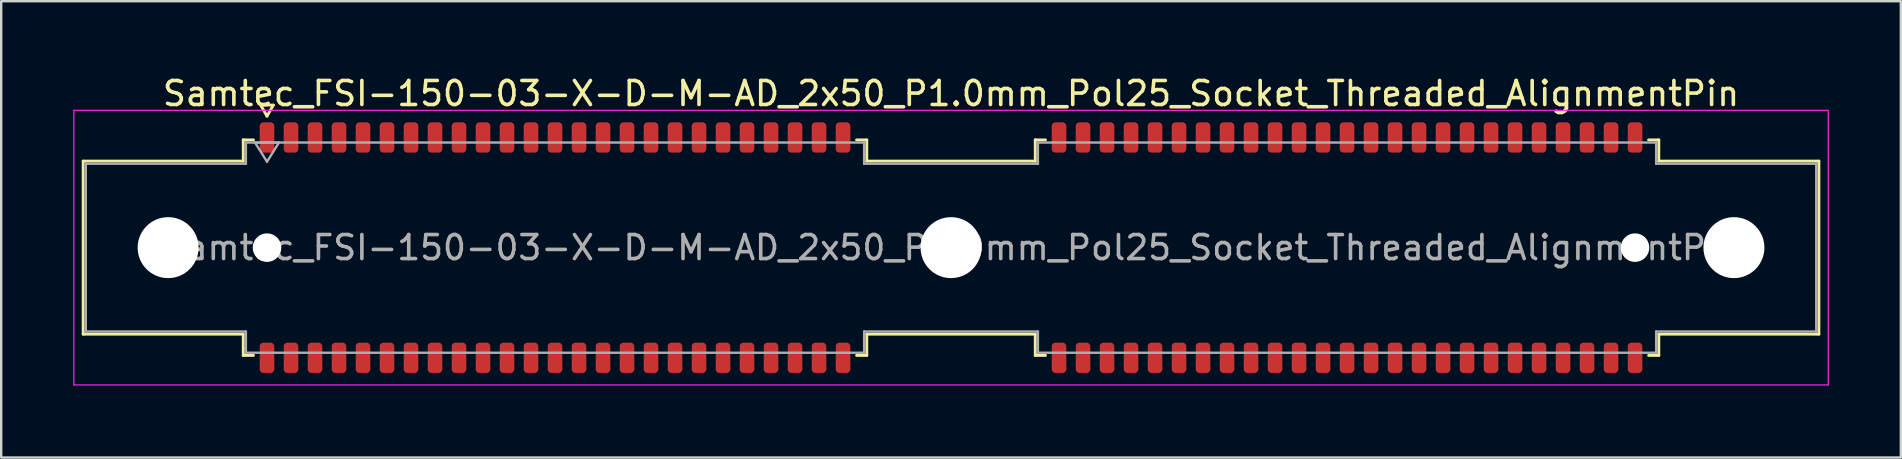
<source format=kicad_pcb>
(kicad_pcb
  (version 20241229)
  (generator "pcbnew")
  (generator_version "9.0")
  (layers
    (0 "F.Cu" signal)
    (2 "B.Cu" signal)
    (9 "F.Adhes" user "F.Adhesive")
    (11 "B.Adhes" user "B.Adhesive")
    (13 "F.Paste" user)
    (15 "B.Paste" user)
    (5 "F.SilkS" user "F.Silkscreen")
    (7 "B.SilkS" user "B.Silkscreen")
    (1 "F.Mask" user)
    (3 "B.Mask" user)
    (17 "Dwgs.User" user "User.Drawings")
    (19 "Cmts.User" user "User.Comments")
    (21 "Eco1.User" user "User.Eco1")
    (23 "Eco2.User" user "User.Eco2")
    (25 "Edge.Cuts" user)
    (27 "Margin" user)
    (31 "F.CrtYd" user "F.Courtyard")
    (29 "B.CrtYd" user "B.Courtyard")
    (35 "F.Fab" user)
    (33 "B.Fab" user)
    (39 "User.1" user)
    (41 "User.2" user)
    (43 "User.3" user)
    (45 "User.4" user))
  (footprint "Samtec_FSI-150-03-X-D-M-AD_2x50_P1.0mm_Pol25_Socket_Threaded_AlignmentPin"
    (layer "F.Cu")
    (at 36.575 7.268)
    (property "Reference" "Samtec_FSI-150-03-X-D-M-AD_2x50_P1.0mm_Pol25_Socket_Threaded_AlignmentPin" (at 0 -6.42 0) (layer "F.SilkS") (effects (font (size 1 1) (thickness 0.15))))
    (attr smd)
    (fp_line (start -36.16 -3.605) (end -29.49 -3.605) (stroke (width 0.12) (type solid)) (layer "F.SilkS"))
    (fp_line (start -36.16 3.605) (end -36.16 -3.605) (stroke (width 0.12) (type solid)) (layer "F.SilkS"))
    (fp_line (start -29.49 -4.49) (end -29.065 -4.49) (stroke (width 0.12) (type solid)) (layer "F.SilkS"))
    (fp_line (start -29.49 -3.605) (end -29.49 -4.49) (stroke (width 0.12) (type solid)) (layer "F.SilkS"))
    (fp_line (start -29.49 3.605) (end -36.16 3.605) (stroke (width 0.12) (type solid)) (layer "F.SilkS"))
    (fp_line (start -29.49 4.49) (end -29.49 3.605) (stroke (width 0.12) (type solid)) (layer "F.SilkS"))
    (fp_line (start -29.065 4.49) (end -29.49 4.49) (stroke (width 0.12) (type solid)) (layer "F.SilkS"))
    (fp_line (start -28.764 -5.938) (end -28.5 -5.48) (stroke (width 0.12) (type solid)) (layer "F.SilkS"))
    (fp_line (start -28.5 -5.48) (end -28.236 -5.938) (stroke (width 0.12) (type solid)) (layer "F.SilkS"))
    (fp_line (start -28.236 -5.938) (end -28.764 -5.938) (stroke (width 0.12) (type solid)) (layer "F.SilkS"))
    (fp_line (start -3.935 -4.49) (end -3.51 -4.49) (stroke (width 0.12) (type solid)) (layer "F.SilkS"))
    (fp_line (start -3.51 -4.49) (end -3.51 -3.605) (stroke (width 0.12) (type solid)) (layer "F.SilkS"))
    (fp_line (start -3.51 -3.605) (end 3.51 -3.605) (stroke (width 0.12) (type solid)) (layer "F.SilkS"))
    (fp_line (start -3.51 3.605) (end -3.51 4.49) (stroke (width 0.12) (type solid)) (layer "F.SilkS"))
    (fp_line (start -3.51 4.49) (end -3.935 4.49) (stroke (width 0.12) (type solid)) (layer "F.SilkS"))
    (fp_line (start 3.51 -4.49) (end 3.935 -4.49) (stroke (width 0.12) (type solid)) (layer "F.SilkS"))
    (fp_line (start 3.51 -3.605) (end 3.51 -4.49) (stroke (width 0.12) (type solid)) (layer "F.SilkS"))
    (fp_line (start 3.51 3.605) (end -3.51 3.605) (stroke (width 0.12) (type solid)) (layer "F.SilkS"))
    (fp_line (start 3.51 4.49) (end 3.51 3.605) (stroke (width 0.12) (type solid)) (layer "F.SilkS"))
    (fp_line (start 3.935 4.49) (end 3.51 4.49) (stroke (width 0.12) (type solid)) (layer "F.SilkS"))
    (fp_line (start 29.065 -4.49) (end 29.49 -4.49) (stroke (width 0.12) (type solid)) (layer "F.SilkS"))
    (fp_line (start 29.49 -4.49) (end 29.49 -3.605) (stroke (width 0.12) (type solid)) (layer "F.SilkS"))
    (fp_line (start 29.49 -3.605) (end 36.16 -3.605) (stroke (width 0.12) (type solid)) (layer "F.SilkS"))
    (fp_line (start 29.49 3.605) (end 29.49 4.49) (stroke (width 0.12) (type solid)) (layer "F.SilkS"))
    (fp_line (start 29.49 4.49) (end 29.065 4.49) (stroke (width 0.12) (type solid)) (layer "F.SilkS"))
    (fp_line (start 36.16 -3.605) (end 36.16 3.605) (stroke (width 0.12) (type solid)) (layer "F.SilkS"))
    (fp_line (start 36.16 3.605) (end 29.49 3.605) (stroke (width 0.12) (type solid)) (layer "F.SilkS"))
    (fp_line (start -36.55 -5.72) (end -36.55 5.72) (stroke (width 0.05) (type solid)) (layer "F.CrtYd"))
    (fp_line (start -36.55 5.72) (end 36.55 5.72) (stroke (width 0.05) (type solid)) (layer "F.CrtYd"))
    (fp_line (start 36.55 -5.72) (end -36.55 -5.72) (stroke (width 0.05) (type solid)) (layer "F.CrtYd"))
    (fp_line (start 36.55 5.72) (end 36.55 -5.72) (stroke (width 0.05) (type solid)) (layer "F.CrtYd"))
    (fp_line (start -36.05 -3.495) (end -29.38 -3.495) (stroke (width 0.1) (type solid)) (layer "F.Fab"))
    (fp_line (start -36.05 3.495) (end -36.05 -3.495) (stroke (width 0.1) (type solid)) (layer "F.Fab"))
    (fp_line (start -29.38 -4.38) (end -3.62 -4.38) (stroke (width 0.1) (type solid)) (layer "F.Fab"))
    (fp_line (start -29.38 -3.495) (end -29.38 -4.38) (stroke (width 0.1) (type solid)) (layer "F.Fab"))
    (fp_line (start -29.38 3.495) (end -36.05 3.495) (stroke (width 0.1) (type solid)) (layer "F.Fab"))
    (fp_line (start -29.38 4.38) (end -29.38 3.495) (stroke (width 0.1) (type solid)) (layer "F.Fab"))
    (fp_line (start -29 -4.38) (end -28.5 -3.58) (stroke (width 0.1) (type solid)) (layer "F.Fab"))
    (fp_line (start -28.5 -3.58) (end -28 -4.38) (stroke (width 0.1) (type solid)) (layer "F.Fab"))
    (fp_line (start -28 -4.38) (end -29 -4.38) (stroke (width 0.1) (type solid)) (layer "F.Fab"))
    (fp_line (start -3.62 -4.38) (end -3.62 -3.495) (stroke (width 0.1) (type solid)) (layer "F.Fab"))
    (fp_line (start -3.62 -3.495) (end 3.62 -3.495) (stroke (width 0.1) (type solid)) (layer "F.Fab"))
    (fp_line (start -3.62 3.495) (end -3.62 4.38) (stroke (width 0.1) (type solid)) (layer "F.Fab"))
    (fp_line (start -3.62 4.38) (end -29.38 4.38) (stroke (width 0.1) (type solid)) (layer "F.Fab"))
    (fp_line (start 3.62 -4.38) (end 29.38 -4.38) (stroke (width 0.1) (type solid)) (layer "F.Fab"))
    (fp_line (start 3.62 -3.495) (end 3.62 -4.38) (stroke (width 0.1) (type solid)) (layer "F.Fab"))
    (fp_line (start 3.62 3.495) (end -3.62 3.495) (stroke (width 0.1) (type solid)) (layer "F.Fab"))
    (fp_line (start 3.62 4.38) (end 3.62 3.495) (stroke (width 0.1) (type solid)) (layer "F.Fab"))
    (fp_line (start 29.38 -4.38) (end 29.38 -3.495) (stroke (width 0.1) (type solid)) (layer "F.Fab"))
    (fp_line (start 29.38 -3.495) (end 36.05 -3.495) (stroke (width 0.1) (type solid)) (layer "F.Fab"))
    (fp_line (start 29.38 3.495) (end 29.38 4.38) (stroke (width 0.1) (type solid)) (layer "F.Fab"))
    (fp_line (start 29.38 4.38) (end 3.62 4.38) (stroke (width 0.1) (type solid)) (layer "F.Fab"))
    (fp_line (start 36.05 -3.495) (end 36.05 3.495) (stroke (width 0.1) (type solid)) (layer "F.Fab"))
    (fp_line (start 36.05 3.495) (end 29.38 3.495) (stroke (width 0.1) (type solid)) (layer "F.Fab"))
    (fp_text user "${REFERENCE}" (at 0 0 0) (layer "F.Fab") (effects (font (size 1 1) (thickness 0.15))))
    (pad "" np_thru_hole circle (at -32.62 0) (size 2.54 2.54) (drill 2.54) (layers "*.Cu" "*.Mask"))
    (pad "" np_thru_hole circle (at -28.5 0) (size 1.19 1.19) (drill 1.19) (layers "*.Cu" "*.Mask"))
    (pad "" np_thru_hole circle (at 0 0) (size 2.54 2.54) (drill 2.54) (layers "*.Cu" "*.Mask"))
    (pad "" np_thru_hole circle (at 28.5 0) (size 1.19 1.19) (drill 1.19) (layers "*.Cu" "*.Mask"))
    (pad "" np_thru_hole circle (at 32.62 0) (size 2.54 2.54) (drill 2.54) (layers "*.Cu" "*.Mask"))
    (pad "1" smd roundrect (at -28.5 -4.59) (size 0.61 1.26) (layers "F.Cu" "F.Mask" "F.Paste") (roundrect_rratio 0.25))
    (pad "2" smd roundrect (at -28.5 4.59) (size 0.61 1.26) (layers "F.Cu" "F.Mask" "F.Paste") (roundrect_rratio 0.25))
    (pad "3" smd roundrect (at -27.5 -4.59) (size 0.61 1.26) (layers "F.Cu" "F.Mask" "F.Paste") (roundrect_rratio 0.25))
    (pad "4" smd roundrect (at -27.5 4.59) (size 0.61 1.26) (layers "F.Cu" "F.Mask" "F.Paste") (roundrect_rratio 0.25))
    (pad "5" smd roundrect (at -26.5 -4.59) (size 0.61 1.26) (layers "F.Cu" "F.Mask" "F.Paste") (roundrect_rratio 0.25))
    (pad "6" smd roundrect (at -26.5 4.59) (size 0.61 1.26) (layers "F.Cu" "F.Mask" "F.Paste") (roundrect_rratio 0.25))
    (pad "7" smd roundrect (at -25.5 -4.59) (size 0.61 1.26) (layers "F.Cu" "F.Mask" "F.Paste") (roundrect_rratio 0.25))
    (pad "8" smd roundrect (at -25.5 4.59) (size 0.61 1.26) (layers "F.Cu" "F.Mask" "F.Paste") (roundrect_rratio 0.25))
    (pad "9" smd roundrect (at -24.5 -4.59) (size 0.61 1.26) (layers "F.Cu" "F.Mask" "F.Paste") (roundrect_rratio 0.25))
    (pad "10" smd roundrect (at -24.5 4.59) (size 0.61 1.26) (layers "F.Cu" "F.Mask" "F.Paste") (roundrect_rratio 0.25))
    (pad "11" smd roundrect (at -23.5 -4.59) (size 0.61 1.26) (layers "F.Cu" "F.Mask" "F.Paste") (roundrect_rratio 0.25))
    (pad "12" smd roundrect (at -23.5 4.59) (size 0.61 1.26) (layers "F.Cu" "F.Mask" "F.Paste") (roundrect_rratio 0.25))
    (pad "13" smd roundrect (at -22.5 -4.59) (size 0.61 1.26) (layers "F.Cu" "F.Mask" "F.Paste") (roundrect_rratio 0.25))
    (pad "14" smd roundrect (at -22.5 4.59) (size 0.61 1.26) (layers "F.Cu" "F.Mask" "F.Paste") (roundrect_rratio 0.25))
    (pad "15" smd roundrect (at -21.5 -4.59) (size 0.61 1.26) (layers "F.Cu" "F.Mask" "F.Paste") (roundrect_rratio 0.25))
    (pad "16" smd roundrect (at -21.5 4.59) (size 0.61 1.26) (layers "F.Cu" "F.Mask" "F.Paste") (roundrect_rratio 0.25))
    (pad "17" smd roundrect (at -20.5 -4.59) (size 0.61 1.26) (layers "F.Cu" "F.Mask" "F.Paste") (roundrect_rratio 0.25))
    (pad "18" smd roundrect (at -20.5 4.59) (size 0.61 1.26) (layers "F.Cu" "F.Mask" "F.Paste") (roundrect_rratio 0.25))
    (pad "19" smd roundrect (at -19.5 -4.59) (size 0.61 1.26) (layers "F.Cu" "F.Mask" "F.Paste") (roundrect_rratio 0.25))
    (pad "20" smd roundrect (at -19.5 4.59) (size 0.61 1.26) (layers "F.Cu" "F.Mask" "F.Paste") (roundrect_rratio 0.25))
    (pad "21" smd roundrect (at -18.5 -4.59) (size 0.61 1.26) (layers "F.Cu" "F.Mask" "F.Paste") (roundrect_rratio 0.25))
    (pad "22" smd roundrect (at -18.5 4.59) (size 0.61 1.26) (layers "F.Cu" "F.Mask" "F.Paste") (roundrect_rratio 0.25))
    (pad "23" smd roundrect (at -17.5 -4.59) (size 0.61 1.26) (layers "F.Cu" "F.Mask" "F.Paste") (roundrect_rratio 0.25))
    (pad "24" smd roundrect (at -17.5 4.59) (size 0.61 1.26) (layers "F.Cu" "F.Mask" "F.Paste") (roundrect_rratio 0.25))
    (pad "25" smd roundrect (at -16.5 -4.59) (size 0.61 1.26) (layers "F.Cu" "F.Mask" "F.Paste") (roundrect_rratio 0.25))
    (pad "26" smd roundrect (at -16.5 4.59) (size 0.61 1.26) (layers "F.Cu" "F.Mask" "F.Paste") (roundrect_rratio 0.25))
    (pad "27" smd roundrect (at -15.5 -4.59) (size 0.61 1.26) (layers "F.Cu" "F.Mask" "F.Paste") (roundrect_rratio 0.25))
    (pad "28" smd roundrect (at -15.5 4.59) (size 0.61 1.26) (layers "F.Cu" "F.Mask" "F.Paste") (roundrect_rratio 0.25))
    (pad "29" smd roundrect (at -14.5 -4.59) (size 0.61 1.26) (layers "F.Cu" "F.Mask" "F.Paste") (roundrect_rratio 0.25))
    (pad "30" smd roundrect (at -14.5 4.59) (size 0.61 1.26) (layers "F.Cu" "F.Mask" "F.Paste") (roundrect_rratio 0.25))
    (pad "31" smd roundrect (at -13.5 -4.59) (size 0.61 1.26) (layers "F.Cu" "F.Mask" "F.Paste") (roundrect_rratio 0.25))
    (pad "32" smd roundrect (at -13.5 4.59) (size 0.61 1.26) (layers "F.Cu" "F.Mask" "F.Paste") (roundrect_rratio 0.25))
    (pad "33" smd roundrect (at -12.5 -4.59) (size 0.61 1.26) (layers "F.Cu" "F.Mask" "F.Paste") (roundrect_rratio 0.25))
    (pad "34" smd roundrect (at -12.5 4.59) (size 0.61 1.26) (layers "F.Cu" "F.Mask" "F.Paste") (roundrect_rratio 0.25))
    (pad "35" smd roundrect (at -11.5 -4.59) (size 0.61 1.26) (layers "F.Cu" "F.Mask" "F.Paste") (roundrect_rratio 0.25))
    (pad "36" smd roundrect (at -11.5 4.59) (size 0.61 1.26) (layers "F.Cu" "F.Mask" "F.Paste") (roundrect_rratio 0.25))
    (pad "37" smd roundrect (at -10.5 -4.59) (size 0.61 1.26) (layers "F.Cu" "F.Mask" "F.Paste") (roundrect_rratio 0.25))
    (pad "38" smd roundrect (at -10.5 4.59) (size 0.61 1.26) (layers "F.Cu" "F.Mask" "F.Paste") (roundrect_rratio 0.25))
    (pad "39" smd roundrect (at -9.5 -4.59) (size 0.61 1.26) (layers "F.Cu" "F.Mask" "F.Paste") (roundrect_rratio 0.25))
    (pad "40" smd roundrect (at -9.5 4.59) (size 0.61 1.26) (layers "F.Cu" "F.Mask" "F.Paste") (roundrect_rratio 0.25))
    (pad "41" smd roundrect (at -8.5 -4.59) (size 0.61 1.26) (layers "F.Cu" "F.Mask" "F.Paste") (roundrect_rratio 0.25))
    (pad "42" smd roundrect (at -8.5 4.59) (size 0.61 1.26) (layers "F.Cu" "F.Mask" "F.Paste") (roundrect_rratio 0.25))
    (pad "43" smd roundrect (at -7.5 -4.59) (size 0.61 1.26) (layers "F.Cu" "F.Mask" "F.Paste") (roundrect_rratio 0.25))
    (pad "44" smd roundrect (at -7.5 4.59) (size 0.61 1.26) (layers "F.Cu" "F.Mask" "F.Paste") (roundrect_rratio 0.25))
    (pad "45" smd roundrect (at -6.5 -4.59) (size 0.61 1.26) (layers "F.Cu" "F.Mask" "F.Paste") (roundrect_rratio 0.25))
    (pad "46" smd roundrect (at -6.5 4.59) (size 0.61 1.26) (layers "F.Cu" "F.Mask" "F.Paste") (roundrect_rratio 0.25))
    (pad "47" smd roundrect (at -5.5 -4.59) (size 0.61 1.26) (layers "F.Cu" "F.Mask" "F.Paste") (roundrect_rratio 0.25))
    (pad "48" smd roundrect (at -5.5 4.59) (size 0.61 1.26) (layers "F.Cu" "F.Mask" "F.Paste") (roundrect_rratio 0.25))
    (pad "49" smd roundrect (at -4.5 -4.59) (size 0.61 1.26) (layers "F.Cu" "F.Mask" "F.Paste") (roundrect_rratio 0.25))
    (pad "50" smd roundrect (at -4.5 4.59) (size 0.61 1.26) (layers "F.Cu" "F.Mask" "F.Paste") (roundrect_rratio 0.25))
    (pad "51" smd roundrect (at 4.5 -4.59) (size 0.61 1.26) (layers "F.Cu" "F.Mask" "F.Paste") (roundrect_rratio 0.25))
    (pad "52" smd roundrect (at 4.5 4.59) (size 0.61 1.26) (layers "F.Cu" "F.Mask" "F.Paste") (roundrect_rratio 0.25))
    (pad "53" smd roundrect (at 5.5 -4.59) (size 0.61 1.26) (layers "F.Cu" "F.Mask" "F.Paste") (roundrect_rratio 0.25))
    (pad "54" smd roundrect (at 5.5 4.59) (size 0.61 1.26) (layers "F.Cu" "F.Mask" "F.Paste") (roundrect_rratio 0.25))
    (pad "55" smd roundrect (at 6.5 -4.59) (size 0.61 1.26) (layers "F.Cu" "F.Mask" "F.Paste") (roundrect_rratio 0.25))
    (pad "56" smd roundrect (at 6.5 4.59) (size 0.61 1.26) (layers "F.Cu" "F.Mask" "F.Paste") (roundrect_rratio 0.25))
    (pad "57" smd roundrect (at 7.5 -4.59) (size 0.61 1.26) (layers "F.Cu" "F.Mask" "F.Paste") (roundrect_rratio 0.25))
    (pad "58" smd roundrect (at 7.5 4.59) (size 0.61 1.26) (layers "F.Cu" "F.Mask" "F.Paste") (roundrect_rratio 0.25))
    (pad "59" smd roundrect (at 8.5 -4.59) (size 0.61 1.26) (layers "F.Cu" "F.Mask" "F.Paste") (roundrect_rratio 0.25))
    (pad "60" smd roundrect (at 8.5 4.59) (size 0.61 1.26) (layers "F.Cu" "F.Mask" "F.Paste") (roundrect_rratio 0.25))
    (pad "61" smd roundrect (at 9.5 -4.59) (size 0.61 1.26) (layers "F.Cu" "F.Mask" "F.Paste") (roundrect_rratio 0.25))
    (pad "62" smd roundrect (at 9.5 4.59) (size 0.61 1.26) (layers "F.Cu" "F.Mask" "F.Paste") (roundrect_rratio 0.25))
    (pad "63" smd roundrect (at 10.5 -4.59) (size 0.61 1.26) (layers "F.Cu" "F.Mask" "F.Paste") (roundrect_rratio 0.25))
    (pad "64" smd roundrect (at 10.5 4.59) (size 0.61 1.26) (layers "F.Cu" "F.Mask" "F.Paste") (roundrect_rratio 0.25))
    (pad "65" smd roundrect (at 11.5 -4.59) (size 0.61 1.26) (layers "F.Cu" "F.Mask" "F.Paste") (roundrect_rratio 0.25))
    (pad "66" smd roundrect (at 11.5 4.59) (size 0.61 1.26) (layers "F.Cu" "F.Mask" "F.Paste") (roundrect_rratio 0.25))
    (pad "67" smd roundrect (at 12.5 -4.59) (size 0.61 1.26) (layers "F.Cu" "F.Mask" "F.Paste") (roundrect_rratio 0.25))
    (pad "68" smd roundrect (at 12.5 4.59) (size 0.61 1.26) (layers "F.Cu" "F.Mask" "F.Paste") (roundrect_rratio 0.25))
    (pad "69" smd roundrect (at 13.5 -4.59) (size 0.61 1.26) (layers "F.Cu" "F.Mask" "F.Paste") (roundrect_rratio 0.25))
    (pad "70" smd roundrect (at 13.5 4.59) (size 0.61 1.26) (layers "F.Cu" "F.Mask" "F.Paste") (roundrect_rratio 0.25))
    (pad "71" smd roundrect (at 14.5 -4.59) (size 0.61 1.26) (layers "F.Cu" "F.Mask" "F.Paste") (roundrect_rratio 0.25))
    (pad "72" smd roundrect (at 14.5 4.59) (size 0.61 1.26) (layers "F.Cu" "F.Mask" "F.Paste") (roundrect_rratio 0.25))
    (pad "73" smd roundrect (at 15.5 -4.59) (size 0.61 1.26) (layers "F.Cu" "F.Mask" "F.Paste") (roundrect_rratio 0.25))
    (pad "74" smd roundrect (at 15.5 4.59) (size 0.61 1.26) (layers "F.Cu" "F.Mask" "F.Paste") (roundrect_rratio 0.25))
    (pad "75" smd roundrect (at 16.5 -4.59) (size 0.61 1.26) (layers "F.Cu" "F.Mask" "F.Paste") (roundrect_rratio 0.25))
    (pad "76" smd roundrect (at 16.5 4.59) (size 0.61 1.26) (layers "F.Cu" "F.Mask" "F.Paste") (roundrect_rratio 0.25))
    (pad "77" smd roundrect (at 17.5 -4.59) (size 0.61 1.26) (layers "F.Cu" "F.Mask" "F.Paste") (roundrect_rratio 0.25))
    (pad "78" smd roundrect (at 17.5 4.59) (size 0.61 1.26) (layers "F.Cu" "F.Mask" "F.Paste") (roundrect_rratio 0.25))
    (pad "79" smd roundrect (at 18.5 -4.59) (size 0.61 1.26) (layers "F.Cu" "F.Mask" "F.Paste") (roundrect_rratio 0.25))
    (pad "80" smd roundrect (at 18.5 4.59) (size 0.61 1.26) (layers "F.Cu" "F.Mask" "F.Paste") (roundrect_rratio 0.25))
    (pad "81" smd roundrect (at 19.5 -4.59) (size 0.61 1.26) (layers "F.Cu" "F.Mask" "F.Paste") (roundrect_rratio 0.25))
    (pad "82" smd roundrect (at 19.5 4.59) (size 0.61 1.26) (layers "F.Cu" "F.Mask" "F.Paste") (roundrect_rratio 0.25))
    (pad "83" smd roundrect (at 20.5 -4.59) (size 0.61 1.26) (layers "F.Cu" "F.Mask" "F.Paste") (roundrect_rratio 0.25))
    (pad "84" smd roundrect (at 20.5 4.59) (size 0.61 1.26) (layers "F.Cu" "F.Mask" "F.Paste") (roundrect_rratio 0.25))
    (pad "85" smd roundrect (at 21.5 -4.59) (size 0.61 1.26) (layers "F.Cu" "F.Mask" "F.Paste") (roundrect_rratio 0.25))
    (pad "86" smd roundrect (at 21.5 4.59) (size 0.61 1.26) (layers "F.Cu" "F.Mask" "F.Paste") (roundrect_rratio 0.25))
    (pad "87" smd roundrect (at 22.5 -4.59) (size 0.61 1.26) (layers "F.Cu" "F.Mask" "F.Paste") (roundrect_rratio 0.25))
    (pad "88" smd roundrect (at 22.5 4.59) (size 0.61 1.26) (layers "F.Cu" "F.Mask" "F.Paste") (roundrect_rratio 0.25))
    (pad "89" smd roundrect (at 23.5 -4.59) (size 0.61 1.26) (layers "F.Cu" "F.Mask" "F.Paste") (roundrect_rratio 0.25))
    (pad "90" smd roundrect (at 23.5 4.59) (size 0.61 1.26) (layers "F.Cu" "F.Mask" "F.Paste") (roundrect_rratio 0.25))
    (pad "91" smd roundrect (at 24.5 -4.59) (size 0.61 1.26) (layers "F.Cu" "F.Mask" "F.Paste") (roundrect_rratio 0.25))
    (pad "92" smd roundrect (at 24.5 4.59) (size 0.61 1.26) (layers "F.Cu" "F.Mask" "F.Paste") (roundrect_rratio 0.25))
    (pad "93" smd roundrect (at 25.5 -4.59) (size 0.61 1.26) (layers "F.Cu" "F.Mask" "F.Paste") (roundrect_rratio 0.25))
    (pad "94" smd roundrect (at 25.5 4.59) (size 0.61 1.26) (layers "F.Cu" "F.Mask" "F.Paste") (roundrect_rratio 0.25))
    (pad "95" smd roundrect (at 26.5 -4.59) (size 0.61 1.26) (layers "F.Cu" "F.Mask" "F.Paste") (roundrect_rratio 0.25))
    (pad "96" smd roundrect (at 26.5 4.59) (size 0.61 1.26) (layers "F.Cu" "F.Mask" "F.Paste") (roundrect_rratio 0.25))
    (pad "97" smd roundrect (at 27.5 -4.59) (size 0.61 1.26) (layers "F.Cu" "F.Mask" "F.Paste") (roundrect_rratio 0.25))
    (pad "98" smd roundrect (at 27.5 4.59) (size 0.61 1.26) (layers "F.Cu" "F.Mask" "F.Paste") (roundrect_rratio 0.25))
    (pad "99" smd roundrect (at 28.5 -4.59) (size 0.61 1.26) (layers "F.Cu" "F.Mask" "F.Paste") (roundrect_rratio 0.25))
    (pad "100" smd roundrect (at 28.5 4.59) (size 0.61 1.26) (layers "F.Cu" "F.Mask" "F.Paste") (roundrect_rratio 0.25)))
  (gr_rect
    (start -3 -3)
    (end 76.15 16.013)
    (stroke (width 0.1) (type default))
    (fill no)
    (layer "Edge.Cuts")))
</source>
